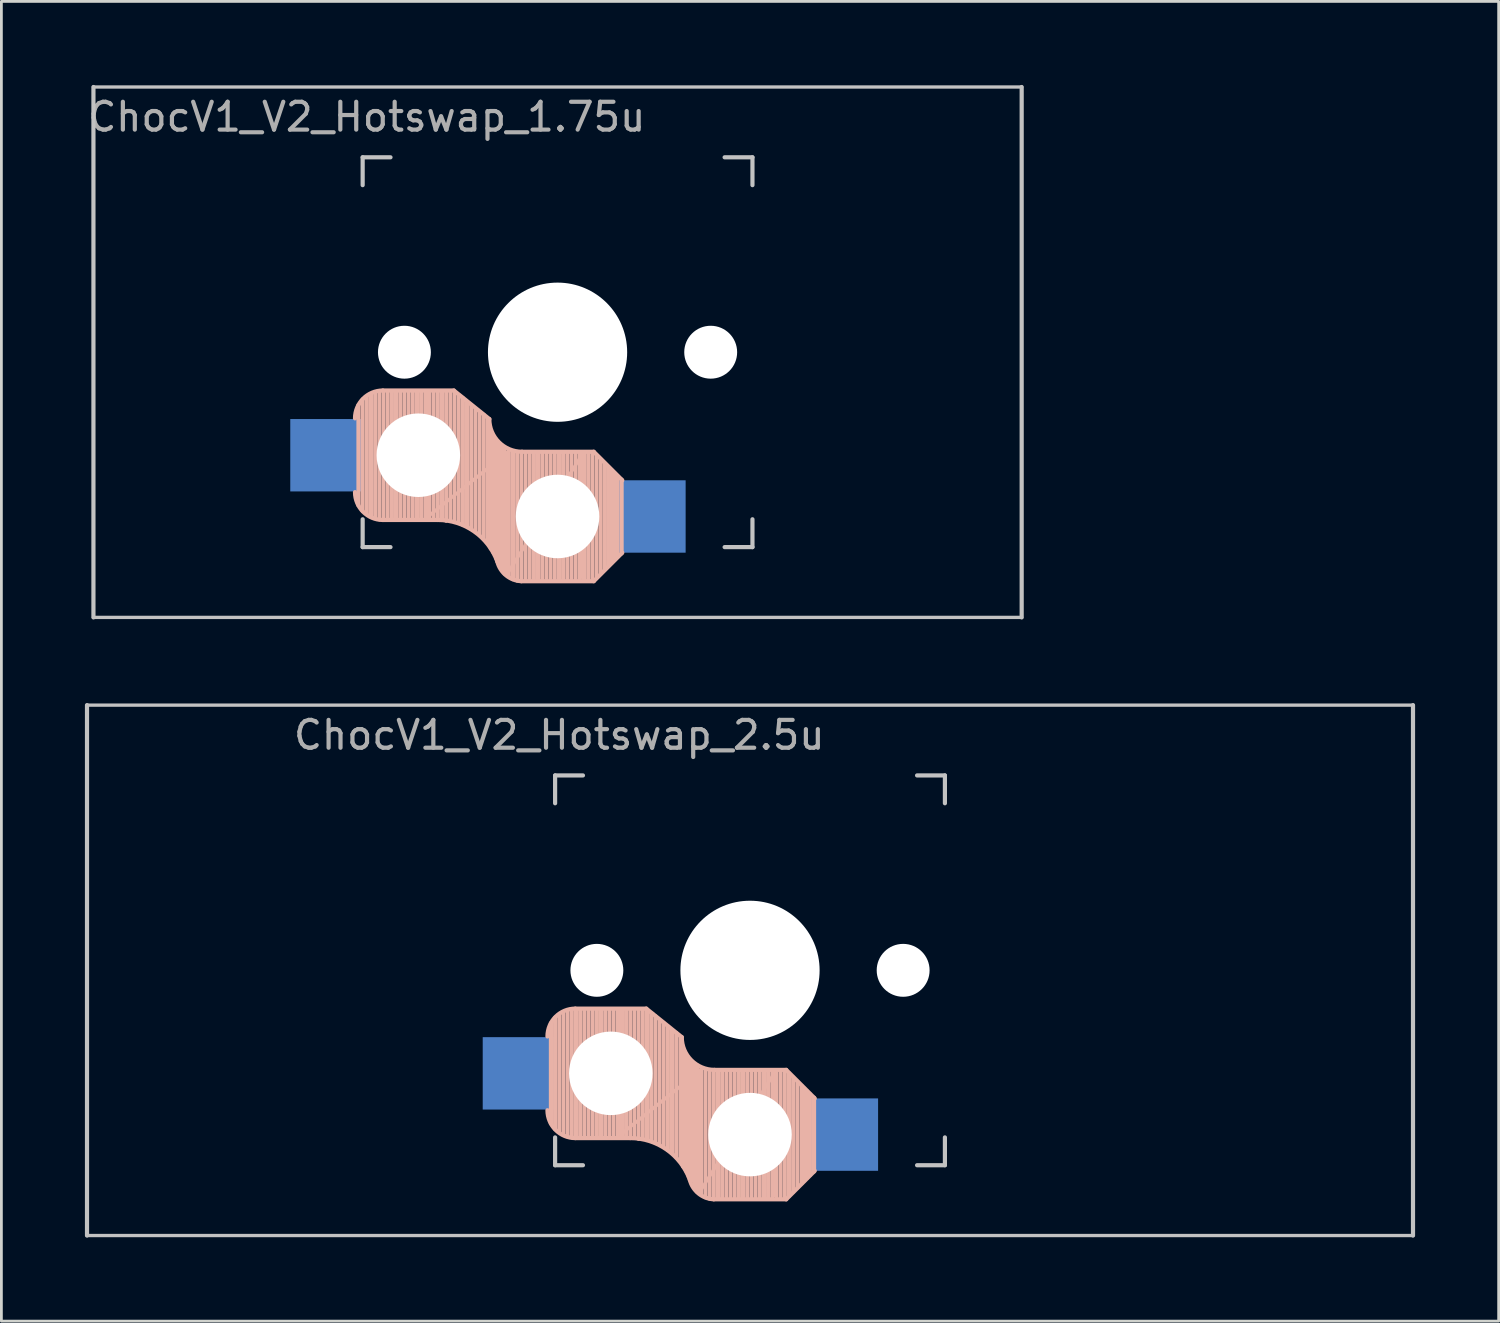
<source format=kicad_pcb>
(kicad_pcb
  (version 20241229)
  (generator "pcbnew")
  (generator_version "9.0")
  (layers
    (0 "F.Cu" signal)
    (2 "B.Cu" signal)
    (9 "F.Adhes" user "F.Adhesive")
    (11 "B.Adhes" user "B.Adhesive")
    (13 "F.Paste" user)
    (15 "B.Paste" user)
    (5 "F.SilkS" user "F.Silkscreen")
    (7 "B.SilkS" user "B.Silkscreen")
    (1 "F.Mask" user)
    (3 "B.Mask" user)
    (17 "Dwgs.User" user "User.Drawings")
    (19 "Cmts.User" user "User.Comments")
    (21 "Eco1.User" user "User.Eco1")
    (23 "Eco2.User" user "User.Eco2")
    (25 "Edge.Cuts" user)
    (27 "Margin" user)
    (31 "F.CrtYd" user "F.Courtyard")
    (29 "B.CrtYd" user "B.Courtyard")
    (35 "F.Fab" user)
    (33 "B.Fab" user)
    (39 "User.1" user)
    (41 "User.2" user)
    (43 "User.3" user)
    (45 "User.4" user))
  (footprint "ChocV1_V2_Hotswap_1.75u"
    (layer "F.Cu")
    (at 16.975 9.6)
    (property "Reference" "ChocV1_V2_Hotswap_1.75u" (at -6.85 -8.45 0) (layer "F.Fab") (effects (font (size 1 1) (thickness 0.15))))
    (attr through_hole)
    (fp_line (start -7.15 5.5) (end -7.15 1.9) (stroke (width 0.15) (type solid)) (layer "B.SilkS"))
    (fp_line (start -7 5.7) (end -7 1.7) (stroke (width 0.15) (type solid)) (layer "B.SilkS"))
    (fp_line (start -6.85 5.8) (end -6.85 1.6) (stroke (width 0.15) (type solid)) (layer "B.SilkS"))
    (fp_line (start -6.7 5.9) (end -6.7 1.5) (stroke (width 0.15) (type solid)) (layer "B.SilkS"))
    (fp_line (start -6.55 5.95) (end -6.55 1.45) (stroke (width 0.15) (type solid)) (layer "B.SilkS"))
    (fp_line (start -6.4 6) (end -6.4 1.45) (stroke (width 0.15) (type solid)) (layer "B.SilkS"))
    (fp_line (start -6.25 6) (end -6.25 1.4) (stroke (width 0.15) (type solid)) (layer "B.SilkS"))
    (fp_line (start -6.1 6) (end -6.1 1.4) (stroke (width 0.15) (type solid)) (layer "B.SilkS"))
    (fp_line (start -5.95 6) (end -5.95 1.4) (stroke (width 0.15) (type solid)) (layer "B.SilkS"))
    (fp_line (start -5.8 6) (end -5.8 1.4) (stroke (width 0.15) (type solid)) (layer "B.SilkS"))
    (fp_line (start -5.65 6) (end -5.65 1.4) (stroke (width 0.15) (type solid)) (layer "B.SilkS"))
    (fp_line (start -5.5 6) (end -5.5 1.4) (stroke (width 0.15) (type solid)) (layer "B.SilkS"))
    (fp_line (start -5.35 6) (end -5.35 1.4) (stroke (width 0.15) (type solid)) (layer "B.SilkS"))
    (fp_line (start -5.2 6) (end -5.2 1.4) (stroke (width 0.15) (type solid)) (layer "B.SilkS"))
    (fp_line (start -5.05 6) (end -5.05 1.4) (stroke (width 0.15) (type solid)) (layer "B.SilkS"))
    (fp_line (start -4.9 6) (end -4.9 1.4) (stroke (width 0.15) (type solid)) (layer "B.SilkS"))
    (fp_line (start -4.75 6) (end -4.75 1.4) (stroke (width 0.15) (type solid)) (layer "B.SilkS"))
    (fp_line (start -4.65 5.9) (end -4.65 1.4) (stroke (width 0.12) (type solid)) (layer "B.SilkS"))
    (fp_line (start -4.6 6) (end -4.6 1.4) (stroke (width 0.15) (type solid)) (layer "B.SilkS"))
    (fp_line (start -4.45 6) (end -4.45 1.4) (stroke (width 0.15) (type solid)) (layer "B.SilkS"))
    (fp_line (start -4.3 6) (end -4.3 1.4) (stroke (width 0.15) (type solid)) (layer "B.SilkS"))
    (fp_line (start -4.3 6.025) (end -6.275 6.025) (stroke (width 0.15) (type solid)) (layer "B.SilkS"))
    (fp_line (start -4.15 6) (end -4.15 1.45) (stroke (width 0.15) (type solid)) (layer "B.SilkS"))
    (fp_line (start -4 6.05) (end -4 1.4) (stroke (width 0.15) (type solid)) (layer "B.SilkS"))
    (fp_line (start -3.85 6.05) (end -3.85 1.4) (stroke (width 0.15) (type solid)) (layer "B.SilkS"))
    (fp_line (start -3.725 1.375) (end -6.275 1.375) (stroke (width 0.15) (type solid)) (layer "B.SilkS"))
    (fp_line (start -3.725 1.375) (end -2.45 2.4) (stroke (width 0.15) (type solid)) (layer "B.SilkS"))
    (fp_line (start -3.7 6.05) (end -3.7 1.45) (stroke (width 0.15) (type solid)) (layer "B.SilkS"))
    (fp_line (start -3.55 6.1) (end -3.55 1.55) (stroke (width 0.15) (type solid)) (layer "B.SilkS"))
    (fp_line (start -3.4 6.2) (end -3.4 1.65) (stroke (width 0.15) (type solid)) (layer "B.SilkS"))
    (fp_line (start -3.25 6.25) (end -3.25 1.8) (stroke (width 0.15) (type solid)) (layer "B.SilkS"))
    (fp_line (start -3.1 6.35) (end -3.1 1.9) (stroke (width 0.15) (type solid)) (layer "B.SilkS"))
    (fp_line (start -2.95 6.45) (end -2.95 2.05) (stroke (width 0.15) (type solid)) (layer "B.SilkS"))
    (fp_line (start -2.8 6.55) (end -2.8 2.15) (stroke (width 0.15) (type solid)) (layer "B.SilkS"))
    (fp_line (start -2.65 6.7) (end -2.65 2.25) (stroke (width 0.15) (type solid)) (layer "B.SilkS"))
    (fp_line (start -2.5 6.85) (end -2.5 2.4) (stroke (width 0.15) (type solid)) (layer "B.SilkS"))
    (fp_line (start -2.4 7.05) (end -2.4 2.9) (stroke (width 0.15) (type solid)) (layer "B.SilkS"))
    (fp_line (start -2.3 7.2) (end -2.3 3.05) (stroke (width 0.15) (type solid)) (layer "B.SilkS"))
    (fp_line (start -2.2 7.4) (end -2.2 3.25) (stroke (width 0.15) (type solid)) (layer "B.SilkS"))
    (fp_line (start -2.1 7.55) (end -2.1 3.35) (stroke (width 0.15) (type solid)) (layer "B.SilkS"))
    (fp_line (start -2 7.8) (end -2 3.4) (stroke (width 0.15) (type solid)) (layer "B.SilkS"))
    (fp_line (start -1.9 7.95) (end -1.9 3.45) (stroke (width 0.15) (type solid)) (layer "B.SilkS"))
    (fp_line (start -1.8 3.6) (end -4.65 5.9) (stroke (width 0.12) (type solid)) (layer "B.SilkS"))
    (fp_line (start -1.8 7.95) (end -1.8 3.6) (stroke (width 0.12) (type solid)) (layer "B.SilkS"))
    (fp_line (start -1.75 8.05) (end -1.75 3.5) (stroke (width 0.15) (type solid)) (layer "B.SilkS"))
    (fp_line (start -1.6 8.15) (end -1.6 3.6) (stroke (width 0.15) (type solid)) (layer "B.SilkS"))
    (fp_line (start -1.45 8.2) (end -1.45 3.6) (stroke (width 0.15) (type solid)) (layer "B.SilkS"))
    (fp_line (start -1.3 8.2) (end -1.3 3.6) (stroke (width 0.15) (type solid)) (layer "B.SilkS"))
    (fp_line (start -1.15 8.2) (end -1.15 3.65) (stroke (width 0.15) (type solid)) (layer "B.SilkS"))
    (fp_line (start -1 8.2) (end -1 3.6) (stroke (width 0.15) (type solid)) (layer "B.SilkS"))
    (fp_line (start -0.85 8.2) (end -0.85 3.6) (stroke (width 0.15) (type solid)) (layer "B.SilkS"))
    (fp_line (start -0.7 8.2) (end -0.7 3.6) (stroke (width 0.15) (type solid)) (layer "B.SilkS"))
    (fp_line (start -0.55 8.2) (end -0.55 3.6) (stroke (width 0.15) (type solid)) (layer "B.SilkS"))
    (fp_line (start -0.4 8.2) (end -0.4 3.6) (stroke (width 0.15) (type solid)) (layer "B.SilkS"))
    (fp_line (start -0.25 8.2) (end -0.25 3.6) (stroke (width 0.15) (type solid)) (layer "B.SilkS"))
    (fp_line (start -0.1 8.2) (end -0.1 3.6) (stroke (width 0.15) (type solid)) (layer "B.SilkS"))
    (fp_line (start 0.05 8.2) (end 0.05 3.6) (stroke (width 0.15) (type solid)) (layer "B.SilkS"))
    (fp_line (start 0.2 8.2) (end 0.2 3.6) (stroke (width 0.15) (type solid)) (layer "B.SilkS"))
    (fp_line (start 0.35 8.2) (end 0.35 3.6) (stroke (width 0.15) (type solid)) (layer "B.SilkS"))
    (fp_line (start 0.5 8.2) (end 0.5 3.6) (stroke (width 0.15) (type solid)) (layer "B.SilkS"))
    (fp_line (start 0.65 8.2) (end 0.65 3.6) (stroke (width 0.15) (type solid)) (layer "B.SilkS"))
    (fp_line (start 0.8 8.2) (end 0.8 3.6) (stroke (width 0.15) (type solid)) (layer "B.SilkS"))
    (fp_line (start 0.9 3.65) (end -1.8 7.95) (stroke (width 0.12) (type solid)) (layer "B.SilkS"))
    (fp_line (start 0.9 8.1) (end 0.9 3.65) (stroke (width 0.12) (type solid)) (layer "B.SilkS"))
    (fp_line (start 0.95 8.2) (end 0.95 3.6) (stroke (width 0.15) (type solid)) (layer "B.SilkS"))
    (fp_line (start 1.1 8.2) (end 1.1 3.6) (stroke (width 0.15) (type solid)) (layer "B.SilkS"))
    (fp_line (start 1.25 8.2) (end 1.25 3.6) (stroke (width 0.15) (type solid)) (layer "B.SilkS"))
    (fp_line (start 1.3 3.575) (end -1.275 3.575) (stroke (width 0.15) (type solid)) (layer "B.SilkS"))
    (fp_line (start 1.3 3.575) (end 2.325 4.6) (stroke (width 0.15) (type solid)) (layer "B.SilkS"))
    (fp_line (start 1.3 8.225) (end -1.3 8.225) (stroke (width 0.15) (type solid)) (layer "B.SilkS"))
    (fp_line (start 1.3 8.225) (end 2.325 7.2) (stroke (width 0.15) (type solid)) (layer "B.SilkS"))
    (fp_line (start 1.4 8.1) (end 1.4 3.7) (stroke (width 0.15) (type solid)) (layer "B.SilkS"))
    (fp_line (start 1.55 7.95) (end 1.55 3.85) (stroke (width 0.15) (type solid)) (layer "B.SilkS"))
    (fp_line (start 1.7 7.8) (end 1.7 4) (stroke (width 0.15) (type solid)) (layer "B.SilkS"))
    (fp_line (start 1.85 7.65) (end 1.85 4.15) (stroke (width 0.15) (type solid)) (layer "B.SilkS"))
    (fp_line (start 1.95 7.55) (end 1.95 4.25) (stroke (width 0.15) (type solid)) (layer "B.SilkS"))
    (fp_line (start 2.05 7.45) (end 2.05 4.35) (stroke (width 0.15) (type solid)) (layer "B.SilkS"))
    (fp_line (start 2.15 7.35) (end 2.15 4.45) (stroke (width 0.15) (type solid)) (layer "B.SilkS"))
    (fp_line (start 2.3 4.575) (end 2.3 7.225) (stroke (width 0.15) (type solid)) (layer "B.SilkS"))
    (fp_arc (start -7.275 2.375) (mid -6.982107 1.667893) (end -6.275 1.375) (stroke (width 0.15) (type solid)) (layer "B.SilkS"))
    (fp_arc (start -6.275 6.025) (mid -6.982107 5.732107) (end -7.275 5.025) (stroke (width 0.15) (type solid)) (layer "B.SilkS"))
    (fp_arc (start -4.3 6.025) (mid -2.995114 6.436429) (end -2.162199 7.521904) (stroke (width 0.15) (type solid)) (layer "B.SilkS"))
    (fp_arc (start -1.300995 8.223791) (mid -1.848284 8.016021) (end -2.162199 7.521904) (stroke (width 0.15) (type solid)) (layer "B.SilkS"))
    (fp_arc (start -1.275 3.575) (mid -2.10585 3.23085) (end -2.45 2.4) (stroke (width 0.15) (type solid)) (layer "B.SilkS"))
    (fp_line (start -16.669 -9.525) (end 16.669 -9.525) (stroke (width 0.12) (type solid)) (layer "Dwgs.User"))
    (fp_line (start -16.669 9.525) (end -16.669 -9.525) (stroke (width 0.15) (type solid)) (layer "Dwgs.User"))
    (fp_line (start -16.669 9.525) (end 16.669 9.525) (stroke (width 0.12) (type solid)) (layer "Dwgs.User"))
    (fp_line (start -7 -7) (end -6 -7) (stroke (width 0.15) (type solid)) (layer "Dwgs.User"))
    (fp_line (start -7 -6) (end -7 -7) (stroke (width 0.15) (type solid)) (layer "Dwgs.User"))
    (fp_line (start -7 7) (end -7 6) (stroke (width 0.15) (type solid)) (layer "Dwgs.User"))
    (fp_line (start -6 7) (end -7 7) (stroke (width 0.15) (type solid)) (layer "Dwgs.User"))
    (fp_line (start 6 7) (end 7 7) (stroke (width 0.15) (type solid)) (layer "Dwgs.User"))
    (fp_line (start 7 -7) (end 6 -7) (stroke (width 0.15) (type solid)) (layer "Dwgs.User"))
    (fp_line (start 7 -6) (end 7 -7) (stroke (width 0.15) (type solid)) (layer "Dwgs.User"))
    (fp_line (start 7 7) (end 7 6) (stroke (width 0.15) (type solid)) (layer "Dwgs.User"))
    (fp_line (start 16.669 -9.525) (end 16.669 9.525) (stroke (width 0.15) (type solid)) (layer "Dwgs.User"))
    (pad "" np_thru_hole circle (at -5.5 0 90) (size 1.9 1.9) (drill 1.9) (layers "*.Cu"))
    (pad "" np_thru_hole circle (at -5 3.7 90) (size 3 3) (drill 3) (layers "*.Cu" "*.Mask"))
    (pad "" np_thru_hole circle (at 0 0 90) (size 5 5) (drill 5) (layers "*.Cu"))
    (pad "" np_thru_hole circle (at 0 5.9 90) (size 3 3) (drill 3) (layers "*.Cu" "*.Mask"))
    (pad "" np_thru_hole circle (at 5.5 0 90) (size 1.9 1.9) (drill 1.9) (layers "*.Cu"))
    (pad "1" smd rect (at -8.3 3.7 180) (size 2.6 2.6) (layers "B.Cu" "B.Mask" "B.Paste"))
    (pad "2" smd rect (at 3.3 5.9 180) (size 2.6 2.6) (layers "B.Cu" "B.Mask" "B.Paste")))
  (footprint "ChocV1_V2_Hotswap_2.5u"
    (layer "F.Cu")
    (at 23.887 31.8)
    (property "Reference" "ChocV1_V2_Hotswap_2.5u" (at -6.85 -8.45 0) (layer "F.Fab") (effects (font (size 1 1) (thickness 0.15))))
    (attr through_hole)
    (fp_line (start -7.15 5.5) (end -7.15 1.9) (stroke (width 0.15) (type solid)) (layer "B.SilkS"))
    (fp_line (start -7 5.7) (end -7 1.7) (stroke (width 0.15) (type solid)) (layer "B.SilkS"))
    (fp_line (start -6.85 5.8) (end -6.85 1.6) (stroke (width 0.15) (type solid)) (layer "B.SilkS"))
    (fp_line (start -6.7 5.9) (end -6.7 1.5) (stroke (width 0.15) (type solid)) (layer "B.SilkS"))
    (fp_line (start -6.55 5.95) (end -6.55 1.45) (stroke (width 0.15) (type solid)) (layer "B.SilkS"))
    (fp_line (start -6.4 6) (end -6.4 1.45) (stroke (width 0.15) (type solid)) (layer "B.SilkS"))
    (fp_line (start -6.25 6) (end -6.25 1.4) (stroke (width 0.15) (type solid)) (layer "B.SilkS"))
    (fp_line (start -6.1 6) (end -6.1 1.4) (stroke (width 0.15) (type solid)) (layer "B.SilkS"))
    (fp_line (start -5.95 6) (end -5.95 1.4) (stroke (width 0.15) (type solid)) (layer "B.SilkS"))
    (fp_line (start -5.8 6) (end -5.8 1.4) (stroke (width 0.15) (type solid)) (layer "B.SilkS"))
    (fp_line (start -5.65 6) (end -5.65 1.4) (stroke (width 0.15) (type solid)) (layer "B.SilkS"))
    (fp_line (start -5.5 6) (end -5.5 1.4) (stroke (width 0.15) (type solid)) (layer "B.SilkS"))
    (fp_line (start -5.35 6) (end -5.35 1.4) (stroke (width 0.15) (type solid)) (layer "B.SilkS"))
    (fp_line (start -5.2 6) (end -5.2 1.4) (stroke (width 0.15) (type solid)) (layer "B.SilkS"))
    (fp_line (start -5.05 6) (end -5.05 1.4) (stroke (width 0.15) (type solid)) (layer "B.SilkS"))
    (fp_line (start -4.9 6) (end -4.9 1.4) (stroke (width 0.15) (type solid)) (layer "B.SilkS"))
    (fp_line (start -4.75 6) (end -4.75 1.4) (stroke (width 0.15) (type solid)) (layer "B.SilkS"))
    (fp_line (start -4.65 5.9) (end -4.65 1.4) (stroke (width 0.12) (type solid)) (layer "B.SilkS"))
    (fp_line (start -4.6 6) (end -4.6 1.4) (stroke (width 0.15) (type solid)) (layer "B.SilkS"))
    (fp_line (start -4.45 6) (end -4.45 1.4) (stroke (width 0.15) (type solid)) (layer "B.SilkS"))
    (fp_line (start -4.3 6) (end -4.3 1.4) (stroke (width 0.15) (type solid)) (layer "B.SilkS"))
    (fp_line (start -4.3 6.025) (end -6.275 6.025) (stroke (width 0.15) (type solid)) (layer "B.SilkS"))
    (fp_line (start -4.15 6) (end -4.15 1.45) (stroke (width 0.15) (type solid)) (layer "B.SilkS"))
    (fp_line (start -4 6.05) (end -4 1.4) (stroke (width 0.15) (type solid)) (layer "B.SilkS"))
    (fp_line (start -3.85 6.05) (end -3.85 1.4) (stroke (width 0.15) (type solid)) (layer "B.SilkS"))
    (fp_line (start -3.725 1.375) (end -6.275 1.375) (stroke (width 0.15) (type solid)) (layer "B.SilkS"))
    (fp_line (start -3.725 1.375) (end -2.45 2.4) (stroke (width 0.15) (type solid)) (layer "B.SilkS"))
    (fp_line (start -3.7 6.05) (end -3.7 1.45) (stroke (width 0.15) (type solid)) (layer "B.SilkS"))
    (fp_line (start -3.55 6.1) (end -3.55 1.55) (stroke (width 0.15) (type solid)) (layer "B.SilkS"))
    (fp_line (start -3.4 6.2) (end -3.4 1.65) (stroke (width 0.15) (type solid)) (layer "B.SilkS"))
    (fp_line (start -3.25 6.25) (end -3.25 1.8) (stroke (width 0.15) (type solid)) (layer "B.SilkS"))
    (fp_line (start -3.1 6.35) (end -3.1 1.9) (stroke (width 0.15) (type solid)) (layer "B.SilkS"))
    (fp_line (start -2.95 6.45) (end -2.95 2.05) (stroke (width 0.15) (type solid)) (layer "B.SilkS"))
    (fp_line (start -2.8 6.55) (end -2.8 2.15) (stroke (width 0.15) (type solid)) (layer "B.SilkS"))
    (fp_line (start -2.65 6.7) (end -2.65 2.25) (stroke (width 0.15) (type solid)) (layer "B.SilkS"))
    (fp_line (start -2.5 6.85) (end -2.5 2.4) (stroke (width 0.15) (type solid)) (layer "B.SilkS"))
    (fp_line (start -2.4 7.05) (end -2.4 2.9) (stroke (width 0.15) (type solid)) (layer "B.SilkS"))
    (fp_line (start -2.3 7.2) (end -2.3 3.05) (stroke (width 0.15) (type solid)) (layer "B.SilkS"))
    (fp_line (start -2.2 7.4) (end -2.2 3.25) (stroke (width 0.15) (type solid)) (layer "B.SilkS"))
    (fp_line (start -2.1 7.55) (end -2.1 3.35) (stroke (width 0.15) (type solid)) (layer "B.SilkS"))
    (fp_line (start -2 7.8) (end -2 3.4) (stroke (width 0.15) (type solid)) (layer "B.SilkS"))
    (fp_line (start -1.9 7.95) (end -1.9 3.45) (stroke (width 0.15) (type solid)) (layer "B.SilkS"))
    (fp_line (start -1.8 3.6) (end -4.65 5.9) (stroke (width 0.12) (type solid)) (layer "B.SilkS"))
    (fp_line (start -1.8 7.95) (end -1.8 3.6) (stroke (width 0.12) (type solid)) (layer "B.SilkS"))
    (fp_line (start -1.75 8.05) (end -1.75 3.5) (stroke (width 0.15) (type solid)) (layer "B.SilkS"))
    (fp_line (start -1.6 8.15) (end -1.6 3.6) (stroke (width 0.15) (type solid)) (layer "B.SilkS"))
    (fp_line (start -1.45 8.2) (end -1.45 3.6) (stroke (width 0.15) (type solid)) (layer "B.SilkS"))
    (fp_line (start -1.3 8.2) (end -1.3 3.6) (stroke (width 0.15) (type solid)) (layer "B.SilkS"))
    (fp_line (start -1.15 8.2) (end -1.15 3.65) (stroke (width 0.15) (type solid)) (layer "B.SilkS"))
    (fp_line (start -1 8.2) (end -1 3.6) (stroke (width 0.15) (type solid)) (layer "B.SilkS"))
    (fp_line (start -0.85 8.2) (end -0.85 3.6) (stroke (width 0.15) (type solid)) (layer "B.SilkS"))
    (fp_line (start -0.7 8.2) (end -0.7 3.6) (stroke (width 0.15) (type solid)) (layer "B.SilkS"))
    (fp_line (start -0.55 8.2) (end -0.55 3.6) (stroke (width 0.15) (type solid)) (layer "B.SilkS"))
    (fp_line (start -0.4 8.2) (end -0.4 3.6) (stroke (width 0.15) (type solid)) (layer "B.SilkS"))
    (fp_line (start -0.25 8.2) (end -0.25 3.6) (stroke (width 0.15) (type solid)) (layer "B.SilkS"))
    (fp_line (start -0.1 8.2) (end -0.1 3.6) (stroke (width 0.15) (type solid)) (layer "B.SilkS"))
    (fp_line (start 0.05 8.2) (end 0.05 3.6) (stroke (width 0.15) (type solid)) (layer "B.SilkS"))
    (fp_line (start 0.2 8.2) (end 0.2 3.6) (stroke (width 0.15) (type solid)) (layer "B.SilkS"))
    (fp_line (start 0.35 8.2) (end 0.35 3.6) (stroke (width 0.15) (type solid)) (layer "B.SilkS"))
    (fp_line (start 0.5 8.2) (end 0.5 3.6) (stroke (width 0.15) (type solid)) (layer "B.SilkS"))
    (fp_line (start 0.65 8.2) (end 0.65 3.6) (stroke (width 0.15) (type solid)) (layer "B.SilkS"))
    (fp_line (start 0.8 8.2) (end 0.8 3.6) (stroke (width 0.15) (type solid)) (layer "B.SilkS"))
    (fp_line (start 0.9 3.65) (end -1.8 7.95) (stroke (width 0.12) (type solid)) (layer "B.SilkS"))
    (fp_line (start 0.9 8.1) (end 0.9 3.65) (stroke (width 0.12) (type solid)) (layer "B.SilkS"))
    (fp_line (start 0.95 8.2) (end 0.95 3.6) (stroke (width 0.15) (type solid)) (layer "B.SilkS"))
    (fp_line (start 1.1 8.2) (end 1.1 3.6) (stroke (width 0.15) (type solid)) (layer "B.SilkS"))
    (fp_line (start 1.25 8.2) (end 1.25 3.6) (stroke (width 0.15) (type solid)) (layer "B.SilkS"))
    (fp_line (start 1.3 3.575) (end -1.275 3.575) (stroke (width 0.15) (type solid)) (layer "B.SilkS"))
    (fp_line (start 1.3 3.575) (end 2.325 4.6) (stroke (width 0.15) (type solid)) (layer "B.SilkS"))
    (fp_line (start 1.3 8.225) (end -1.3 8.225) (stroke (width 0.15) (type solid)) (layer "B.SilkS"))
    (fp_line (start 1.3 8.225) (end 2.325 7.2) (stroke (width 0.15) (type solid)) (layer "B.SilkS"))
    (fp_line (start 1.4 8.1) (end 1.4 3.7) (stroke (width 0.15) (type solid)) (layer "B.SilkS"))
    (fp_line (start 1.55 7.95) (end 1.55 3.85) (stroke (width 0.15) (type solid)) (layer "B.SilkS"))
    (fp_line (start 1.7 7.8) (end 1.7 4) (stroke (width 0.15) (type solid)) (layer "B.SilkS"))
    (fp_line (start 1.85 7.65) (end 1.85 4.15) (stroke (width 0.15) (type solid)) (layer "B.SilkS"))
    (fp_line (start 1.95 7.55) (end 1.95 4.25) (stroke (width 0.15) (type solid)) (layer "B.SilkS"))
    (fp_line (start 2.05 7.45) (end 2.05 4.35) (stroke (width 0.15) (type solid)) (layer "B.SilkS"))
    (fp_line (start 2.15 7.35) (end 2.15 4.45) (stroke (width 0.15) (type solid)) (layer "B.SilkS"))
    (fp_line (start 2.3 4.575) (end 2.3 7.225) (stroke (width 0.15) (type solid)) (layer "B.SilkS"))
    (fp_arc (start -7.275 2.375) (mid -6.982107 1.667893) (end -6.275 1.375) (stroke (width 0.15) (type solid)) (layer "B.SilkS"))
    (fp_arc (start -6.275 6.025) (mid -6.982107 5.732107) (end -7.275 5.025) (stroke (width 0.15) (type solid)) (layer "B.SilkS"))
    (fp_arc (start -4.3 6.025) (mid -2.995114 6.436429) (end -2.162199 7.521904) (stroke (width 0.15) (type solid)) (layer "B.SilkS"))
    (fp_arc (start -1.300995 8.223791) (mid -1.848284 8.016021) (end -2.162199 7.521904) (stroke (width 0.15) (type solid)) (layer "B.SilkS"))
    (fp_arc (start -1.275 3.575) (mid -2.10585 3.23085) (end -2.45 2.4) (stroke (width 0.15) (type solid)) (layer "B.SilkS"))
    (fp_line (start -23.812 -9.525) (end 23.812 -9.525) (stroke (width 0.12) (type solid)) (layer "Dwgs.User"))
    (fp_line (start -23.812 9.525) (end -23.812 -9.525) (stroke (width 0.15) (type solid)) (layer "Dwgs.User"))
    (fp_line (start -23.812 9.525) (end 23.812 9.525) (stroke (width 0.12) (type solid)) (layer "Dwgs.User"))
    (fp_line (start -7 -7) (end -6 -7) (stroke (width 0.15) (type solid)) (layer "Dwgs.User"))
    (fp_line (start -7 -6) (end -7 -7) (stroke (width 0.15) (type solid)) (layer "Dwgs.User"))
    (fp_line (start -7 7) (end -7 6) (stroke (width 0.15) (type solid)) (layer "Dwgs.User"))
    (fp_line (start -6 7) (end -7 7) (stroke (width 0.15) (type solid)) (layer "Dwgs.User"))
    (fp_line (start 6 7) (end 7 7) (stroke (width 0.15) (type solid)) (layer "Dwgs.User"))
    (fp_line (start 7 -7) (end 6 -7) (stroke (width 0.15) (type solid)) (layer "Dwgs.User"))
    (fp_line (start 7 -6) (end 7 -7) (stroke (width 0.15) (type solid)) (layer "Dwgs.User"))
    (fp_line (start 7 7) (end 7 6) (stroke (width 0.15) (type solid)) (layer "Dwgs.User"))
    (fp_line (start 23.812 -9.525) (end 23.812 9.525) (stroke (width 0.15) (type solid)) (layer "Dwgs.User"))
    (pad "" np_thru_hole circle (at -5.5 0 90) (size 1.9 1.9) (drill 1.9) (layers "*.Cu"))
    (pad "" np_thru_hole circle (at -5 3.7 90) (size 3 3) (drill 3) (layers "*.Cu" "*.Mask"))
    (pad "" np_thru_hole circle (at 0 0 90) (size 5 5) (drill 5) (layers "*.Cu"))
    (pad "" np_thru_hole circle (at 0 5.9 90) (size 3 3) (drill 3) (layers "*.Cu" "*.Mask"))
    (pad "" np_thru_hole circle (at 5.5 0 90) (size 1.9 1.9) (drill 1.9) (layers "*.Cu"))
    (pad "1" smd rect (at -8.3 3.7 180) (size 2.6 2.6) (layers "B.Cu" "B.Mask" "B.Paste"))
    (pad "2" smd rect (at 3.3 5.9 180) (size 2.6 2.6) (layers "B.Cu" "B.Mask" "B.Paste")))
  (gr_rect
    (start -3 -3)
    (end 50.775 44.4)
    (stroke (width 0.1) (type default))
    (fill no)
    (layer "Edge.Cuts")))
</source>
